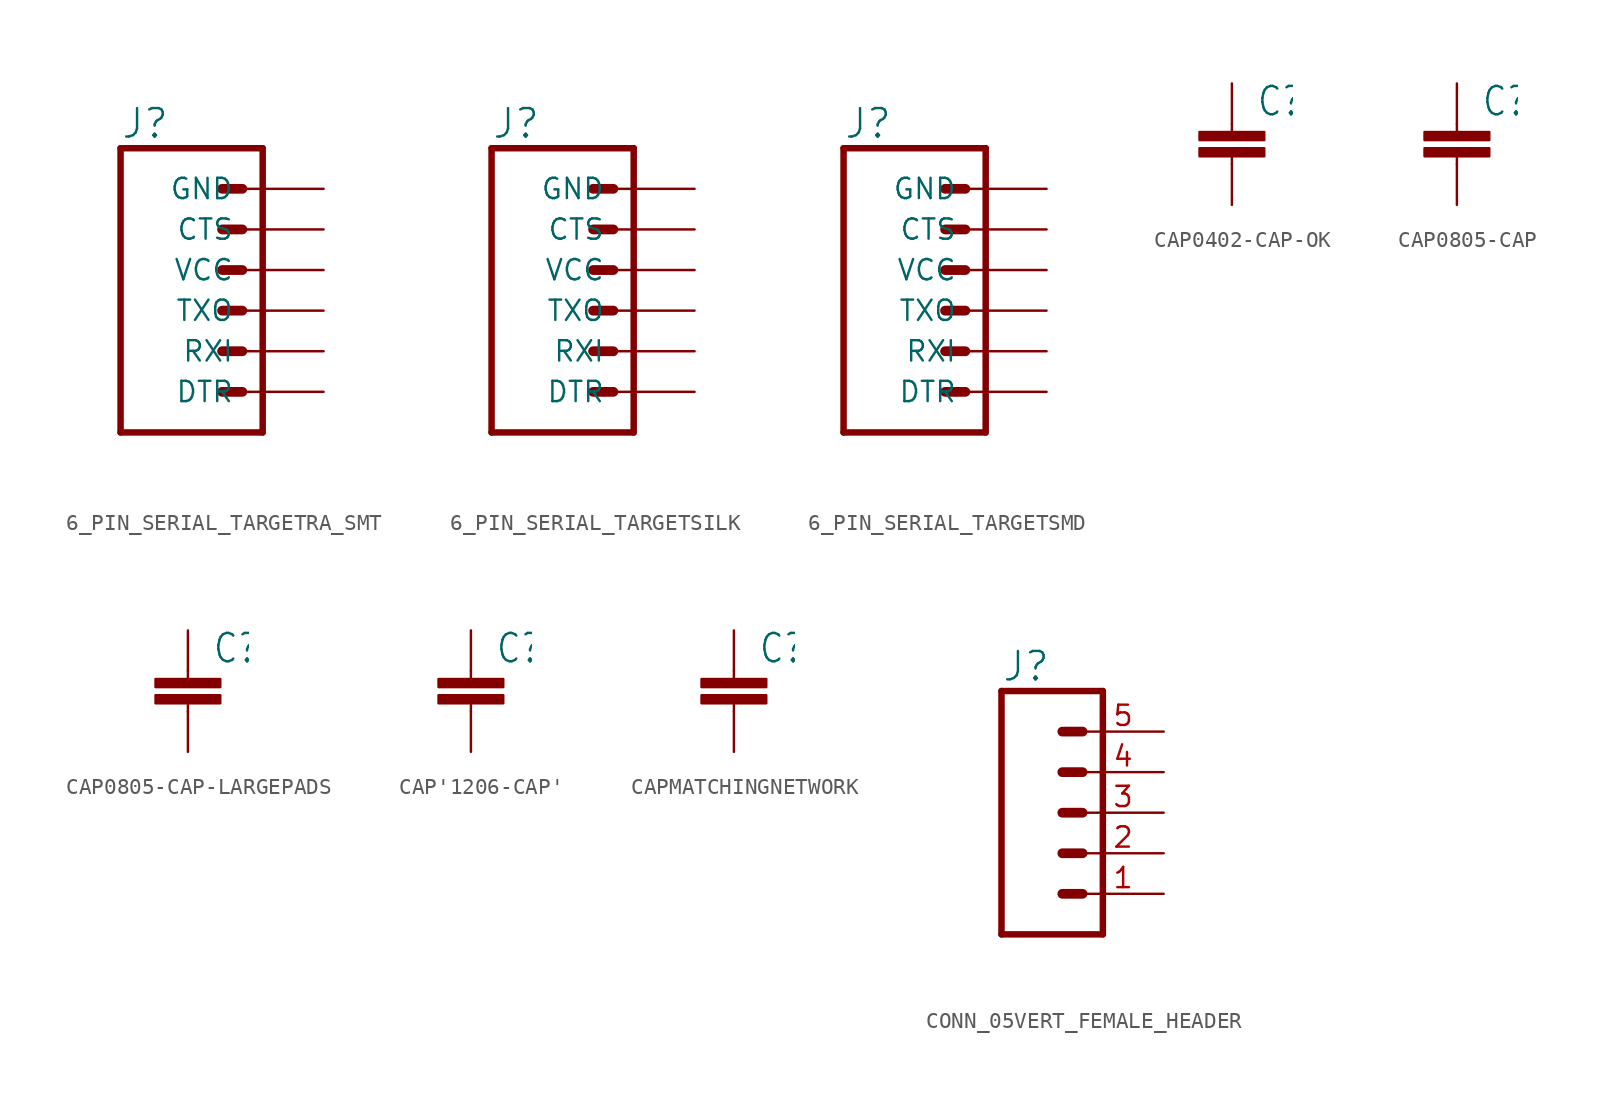
<source format=kicad_sym>
(kicad_symbol_lib
  (version 20220914)
  (generator kicad_symbol_editor)
  (symbol "6_PIN_SERIAL_TARGETRA_SMT"
    (property "Reference" "J"
      (at -7.62 10.668 0)
      (effects (font (size 1.778 1.778)) (justify left bottom)))
    (property "Value" ""
      (at -7.62 -9.906 0)
      (effects (font (size 1.778 1.778)) (justify left bottom)))
    (property "ki_locked" ""
      (at 0 0 0)
      (effects (font (size 1.27 1.27))))
    (symbol "6_PIN_SERIAL_TARGETRA_SMT_1_0"
      (polyline (pts (xy -7.62 10.16) (xy -7.62 -7.62)) (stroke (width 0.406) (type solid)) (fill (type none)))
      (polyline (pts (xy -7.62 10.16) (xy 1.27 10.16)) (stroke (width 0.406) (type solid)) (fill (type none)))
      (polyline (pts (xy -1.27 -5.08) (xy 0 -5.08)) (stroke (width 0.61) (type solid)) (fill (type none)))
      (polyline (pts (xy -1.27 -2.54) (xy 0 -2.54)) (stroke (width 0.61) (type solid)) (fill (type none)))
      (polyline (pts (xy -1.27 0) (xy 0 0)) (stroke (width 0.61) (type solid)) (fill (type none)))
      (polyline (pts (xy -1.27 2.54) (xy 0 2.54)) (stroke (width 0.61) (type solid)) (fill (type none)))
      (polyline (pts (xy -1.27 5.08) (xy 0 5.08)) (stroke (width 0.61) (type solid)) (fill (type none)))
      (polyline (pts (xy -1.27 7.62) (xy 0 7.62)) (stroke (width 0.61) (type solid)) (fill (type none)))
      (polyline (pts (xy 1.27 -7.62) (xy -7.62 -7.62)) (stroke (width 0.406) (type solid)) (fill (type none)))
      (polyline (pts (xy 1.27 -7.62) (xy 1.27 10.16)) (stroke (width 0.406) (type solid)) (fill (type none)))
      (pin passive line (at 5.08 -5.08 180) (length 5.08) (name "DTR" (effects (font (size 1.27 1.27)))) (number "1" (effects (font (size 0 0)))))
      (pin passive line (at 5.08 0 180) (length 5.08) (name "TXO" (effects (font (size 1.27 1.27)))) (number "2" (effects (font (size 0 0)))))
      (pin passive line (at 5.08 -2.54 180) (length 5.08) (name "RXI" (effects (font (size 1.27 1.27)))) (number "3" (effects (font (size 0 0)))))
      (pin passive line (at 5.08 2.54 180) (length 5.08) (name "VCC" (effects (font (size 1.27 1.27)))) (number "4" (effects (font (size 0 0)))))
      (pin passive line (at 5.08 5.08 180) (length 5.08) (name "CTS" (effects (font (size 1.27 1.27)))) (number "5" (effects (font (size 0 0)))))
      (pin passive line (at 5.08 7.62 180) (length 5.08) (name "GND" (effects (font (size 1.27 1.27)))) (number "6" (effects (font (size 0 0)))))))
  (symbol "6_PIN_SERIAL_TARGETSILK"
    (property "Reference" "J"
      (at -7.62 10.668 0)
      (effects (font (size 1.778 1.778)) (justify left bottom)))
    (property "Value" ""
      (at -7.62 -9.906 0)
      (effects (font (size 1.778 1.778)) (justify left bottom)))
    (property "ki_locked" ""
      (at 0 0 0)
      (effects (font (size 1.27 1.27))))
    (symbol "6_PIN_SERIAL_TARGETSILK_1_0"
      (polyline (pts (xy -7.62 10.16) (xy -7.62 -7.62)) (stroke (width 0.406) (type solid)) (fill (type none)))
      (polyline (pts (xy -7.62 10.16) (xy 1.27 10.16)) (stroke (width 0.406) (type solid)) (fill (type none)))
      (polyline (pts (xy -1.27 -5.08) (xy 0 -5.08)) (stroke (width 0.61) (type solid)) (fill (type none)))
      (polyline (pts (xy -1.27 -2.54) (xy 0 -2.54)) (stroke (width 0.61) (type solid)) (fill (type none)))
      (polyline (pts (xy -1.27 0) (xy 0 0)) (stroke (width 0.61) (type solid)) (fill (type none)))
      (polyline (pts (xy -1.27 2.54) (xy 0 2.54)) (stroke (width 0.61) (type solid)) (fill (type none)))
      (polyline (pts (xy -1.27 5.08) (xy 0 5.08)) (stroke (width 0.61) (type solid)) (fill (type none)))
      (polyline (pts (xy -1.27 7.62) (xy 0 7.62)) (stroke (width 0.61) (type solid)) (fill (type none)))
      (polyline (pts (xy 1.27 -7.62) (xy -7.62 -7.62)) (stroke (width 0.406) (type solid)) (fill (type none)))
      (polyline (pts (xy 1.27 -7.62) (xy 1.27 10.16)) (stroke (width 0.406) (type solid)) (fill (type none)))
      (pin passive line (at 5.08 -5.08 180) (length 5.08) (name "DTR" (effects (font (size 1.27 1.27)))) (number "1" (effects (font (size 0 0)))))
      (pin passive line (at 5.08 0 180) (length 5.08) (name "TXO" (effects (font (size 1.27 1.27)))) (number "2" (effects (font (size 0 0)))))
      (pin passive line (at 5.08 -2.54 180) (length 5.08) (name "RXI" (effects (font (size 1.27 1.27)))) (number "3" (effects (font (size 0 0)))))
      (pin passive line (at 5.08 2.54 180) (length 5.08) (name "VCC" (effects (font (size 1.27 1.27)))) (number "4" (effects (font (size 0 0)))))
      (pin passive line (at 5.08 5.08 180) (length 5.08) (name "CTS" (effects (font (size 1.27 1.27)))) (number "5" (effects (font (size 0 0)))))
      (pin passive line (at 5.08 7.62 180) (length 5.08) (name "GND" (effects (font (size 1.27 1.27)))) (number "6" (effects (font (size 0 0)))))))
  (symbol "6_PIN_SERIAL_TARGETSMD"
    (property "Reference" "J"
      (at -7.62 10.668 0)
      (effects (font (size 1.778 1.778)) (justify left bottom)))
    (property "Value" ""
      (at -7.62 -9.906 0)
      (effects (font (size 1.778 1.778)) (justify left bottom)))
    (property "ki_locked" ""
      (at 0 0 0)
      (effects (font (size 1.27 1.27))))
    (symbol "6_PIN_SERIAL_TARGETSMD_1_0"
      (polyline (pts (xy -7.62 10.16) (xy -7.62 -7.62)) (stroke (width 0.406) (type solid)) (fill (type none)))
      (polyline (pts (xy -7.62 10.16) (xy 1.27 10.16)) (stroke (width 0.406) (type solid)) (fill (type none)))
      (polyline (pts (xy -1.27 -5.08) (xy 0 -5.08)) (stroke (width 0.61) (type solid)) (fill (type none)))
      (polyline (pts (xy -1.27 -2.54) (xy 0 -2.54)) (stroke (width 0.61) (type solid)) (fill (type none)))
      (polyline (pts (xy -1.27 0) (xy 0 0)) (stroke (width 0.61) (type solid)) (fill (type none)))
      (polyline (pts (xy -1.27 2.54) (xy 0 2.54)) (stroke (width 0.61) (type solid)) (fill (type none)))
      (polyline (pts (xy -1.27 5.08) (xy 0 5.08)) (stroke (width 0.61) (type solid)) (fill (type none)))
      (polyline (pts (xy -1.27 7.62) (xy 0 7.62)) (stroke (width 0.61) (type solid)) (fill (type none)))
      (polyline (pts (xy 1.27 -7.62) (xy -7.62 -7.62)) (stroke (width 0.406) (type solid)) (fill (type none)))
      (polyline (pts (xy 1.27 -7.62) (xy 1.27 10.16)) (stroke (width 0.406) (type solid)) (fill (type none)))
      (pin passive line (at 5.08 -5.08 180) (length 5.08) (name "DTR" (effects (font (size 1.27 1.27)))) (number "1" (effects (font (size 0 0)))))
      (pin passive line (at 5.08 -2.54 180) (length 5.08) (name "RXI" (effects (font (size 1.27 1.27)))) (number "2" (effects (font (size 0 0)))))
      (pin passive line (at 5.08 0 180) (length 5.08) (name "TXO" (effects (font (size 1.27 1.27)))) (number "3" (effects (font (size 0 0)))))
      (pin passive line (at 5.08 2.54 180) (length 5.08) (name "VCC" (effects (font (size 1.27 1.27)))) (number "4" (effects (font (size 0 0)))))
      (pin passive line (at 5.08 5.08 180) (length 5.08) (name "CTS" (effects (font (size 1.27 1.27)))) (number "5" (effects (font (size 0 0)))))
      (pin passive line (at 5.08 7.62 180) (length 5.08) (name "GND" (effects (font (size 1.27 1.27)))) (number "6" (effects (font (size 0 0)))))))
  (symbol "CAP0402-CAP-OK"
    (property "Reference" "C"
      (at 1.524 2.921 0)
      (effects (font (size 1.778 1.511)) (justify left bottom)))
    (property "Value" ""
      (at 1.524 -2.159 0)
      (effects (font (size 1.778 1.511)) (justify left bottom)))
    (property "ki_locked" ""
      (at 0 0 0)
      (effects (font (size 1.27 1.27))))
    (symbol "CAP0402-CAP-OK_1_0"
      (rectangle (start -2.032 0.508) (end 2.032 1.016) (stroke (width 0) (type default)) (fill (type outline)))
      (rectangle (start -2.032 1.524) (end 2.032 2.032) (stroke (width 0) (type default)) (fill (type outline)))
      (polyline (pts (xy 0 0) (xy 0 0.508)) (stroke (width 0.152) (type solid)) (fill (type none)))
      (polyline (pts (xy 0 2.54) (xy 0 2.032)) (stroke (width 0.152) (type solid)) (fill (type none)))
      (pin passive line (at 0 5.08 270) (length 2.54) (name "1" (effects (font (size 0 0)))) (number "1" (effects (font (size 0 0)))))
      (pin passive line (at 0 -2.54 90) (length 2.54) (name "2" (effects (font (size 0 0)))) (number "2" (effects (font (size 0 0)))))))
  (symbol "CAP0805-CAP"
    (property "Reference" "C"
      (at 1.524 2.921 0)
      (effects (font (size 1.778 1.511)) (justify left bottom)))
    (property "Value" ""
      (at 1.524 -2.159 0)
      (effects (font (size 1.778 1.511)) (justify left bottom)))
    (property "ki_locked" ""
      (at 0 0 0)
      (effects (font (size 1.27 1.27))))
    (symbol "CAP0805-CAP_1_0"
      (rectangle (start -2.032 0.508) (end 2.032 1.016) (stroke (width 0) (type default)) (fill (type outline)))
      (rectangle (start -2.032 1.524) (end 2.032 2.032) (stroke (width 0) (type default)) (fill (type outline)))
      (polyline (pts (xy 0 0) (xy 0 0.508)) (stroke (width 0.152) (type solid)) (fill (type none)))
      (polyline (pts (xy 0 2.54) (xy 0 2.032)) (stroke (width 0.152) (type solid)) (fill (type none)))
      (pin passive line (at 0 5.08 270) (length 2.54) (name "1" (effects (font (size 0 0)))) (number "1" (effects (font (size 0 0)))))
      (pin passive line (at 0 -2.54 90) (length 2.54) (name "2" (effects (font (size 0 0)))) (number "2" (effects (font (size 0 0)))))))
  (symbol "CAP0805-CAP-LARGEPADS"
    (property "Reference" "C"
      (at 1.524 2.921 0)
      (effects (font (size 1.778 1.511)) (justify left bottom)))
    (property "Value" ""
      (at 1.524 -2.159 0)
      (effects (font (size 1.778 1.511)) (justify left bottom)))
    (property "ki_locked" ""
      (at 0 0 0)
      (effects (font (size 1.27 1.27))))
    (symbol "CAP0805-CAP-LARGEPADS_1_0"
      (rectangle (start -2.032 0.508) (end 2.032 1.016) (stroke (width 0) (type default)) (fill (type outline)))
      (rectangle (start -2.032 1.524) (end 2.032 2.032) (stroke (width 0) (type default)) (fill (type outline)))
      (polyline (pts (xy 0 0) (xy 0 0.508)) (stroke (width 0.152) (type solid)) (fill (type none)))
      (polyline (pts (xy 0 2.54) (xy 0 2.032)) (stroke (width 0.152) (type solid)) (fill (type none)))
      (pin passive line (at 0 5.08 270) (length 2.54) (name "1" (effects (font (size 0 0)))) (number "1" (effects (font (size 0 0)))))
      (pin passive line (at 0 -2.54 90) (length 2.54) (name "2" (effects (font (size 0 0)))) (number "2" (effects (font (size 0 0)))))))
  (symbol "CAP'1206-CAP'"
    (property "Reference" "C"
      (at 1.524 2.921 0)
      (effects (font (size 1.778 1.511)) (justify left bottom)))
    (property "Value" ""
      (at 1.524 -2.159 0)
      (effects (font (size 1.778 1.511)) (justify left bottom)))
    (property "ki_locked" ""
      (at 0 0 0)
      (effects (font (size 1.27 1.27))))
    (symbol "CAP'1206-CAP'_1_0"
      (rectangle (start -2.032 0.508) (end 2.032 1.016) (stroke (width 0) (type default)) (fill (type outline)))
      (rectangle (start -2.032 1.524) (end 2.032 2.032) (stroke (width 0) (type default)) (fill (type outline)))
      (polyline (pts (xy 0 0) (xy 0 0.508)) (stroke (width 0.152) (type solid)) (fill (type none)))
      (polyline (pts (xy 0 2.54) (xy 0 2.032)) (stroke (width 0.152) (type solid)) (fill (type none)))
      (pin passive line (at 0 5.08 270) (length 2.54) (name "1" (effects (font (size 0 0)))) (number "1" (effects (font (size 0 0)))))
      (pin passive line (at 0 -2.54 90) (length 2.54) (name "2" (effects (font (size 0 0)))) (number "2" (effects (font (size 0 0)))))))
  (symbol "CAPMATCHINGNETWORK"
    (property "Reference" "C"
      (at 1.524 2.921 0)
      (effects (font (size 1.778 1.511)) (justify left bottom)))
    (property "Value" ""
      (at 1.524 -2.159 0)
      (effects (font (size 1.778 1.511)) (justify left bottom)))
    (property "ki_locked" ""
      (at 0 0 0)
      (effects (font (size 1.27 1.27))))
    (symbol "CAPMATCHINGNETWORK_1_0"
      (rectangle (start -2.032 0.508) (end 2.032 1.016) (stroke (width 0) (type default)) (fill (type outline)))
      (rectangle (start -2.032 1.524) (end 2.032 2.032) (stroke (width 0) (type default)) (fill (type outline)))
      (polyline (pts (xy 0 0) (xy 0 0.508)) (stroke (width 0.152) (type solid)) (fill (type none)))
      (polyline (pts (xy 0 2.54) (xy 0 2.032)) (stroke (width 0.152) (type solid)) (fill (type none)))
      (pin passive line (at 0 5.08 270) (length 2.54) (name "1" (effects (font (size 0 0)))) (number "1" (effects (font (size 0 0)))))
      (pin passive line (at 0 -2.54 90) (length 2.54) (name "2" (effects (font (size 0 0)))) (number "2" (effects (font (size 0 0)))))))
  (symbol "CONN_05VERT_FEMALE_HEADER"
    (property "Reference" "J"
      (at -2.54 8.128 0)
      (effects (font (size 1.778 1.778)) (justify left bottom)))
    (property "Value" ""
      (at -2.54 -9.906 0)
      (effects (font (size 1.778 1.778)) (justify left bottom)))
    (property "ki_locked" ""
      (at 0 0 0)
      (effects (font (size 1.27 1.27))))
    (symbol "CONN_05VERT_FEMALE_HEADER_1_0"
      (polyline (pts (xy -2.54 7.62) (xy -2.54 -7.62)) (stroke (width 0.406) (type solid)) (fill (type none)))
      (polyline (pts (xy -2.54 7.62) (xy 3.81 7.62)) (stroke (width 0.406) (type solid)) (fill (type none)))
      (polyline (pts (xy 1.27 -5.08) (xy 2.54 -5.08)) (stroke (width 0.61) (type solid)) (fill (type none)))
      (polyline (pts (xy 1.27 -2.54) (xy 2.54 -2.54)) (stroke (width 0.61) (type solid)) (fill (type none)))
      (polyline (pts (xy 1.27 0) (xy 2.54 0)) (stroke (width 0.61) (type solid)) (fill (type none)))
      (polyline (pts (xy 1.27 2.54) (xy 2.54 2.54)) (stroke (width 0.61) (type solid)) (fill (type none)))
      (polyline (pts (xy 1.27 5.08) (xy 2.54 5.08)) (stroke (width 0.61) (type solid)) (fill (type none)))
      (polyline (pts (xy 3.81 -7.62) (xy -2.54 -7.62)) (stroke (width 0.406) (type solid)) (fill (type none)))
      (polyline (pts (xy 3.81 -7.62) (xy 3.81 7.62)) (stroke (width 0.406) (type solid)) (fill (type none)))
      (pin passive line (at 7.62 -5.08 180) (length 5.08) (name "1" (effects (font (size 0 0)))) (number "1" (effects (font (size 1.27 1.27)))))
      (pin passive line (at 7.62 -2.54 180) (length 5.08) (name "2" (effects (font (size 0 0)))) (number "2" (effects (font (size 1.27 1.27)))))
      (pin passive line (at 7.62 0 180) (length 5.08) (name "3" (effects (font (size 0 0)))) (number "3" (effects (font (size 1.27 1.27)))))
      (pin passive line (at 7.62 2.54 180) (length 5.08) (name "4" (effects (font (size 0 0)))) (number "4" (effects (font (size 1.27 1.27)))))
      (pin passive line (at 7.62 5.08 180) (length 5.08) (name "5" (effects (font (size 0 0)))) (number "5" (effects (font (size 1.27 1.27))))))))
</source>
